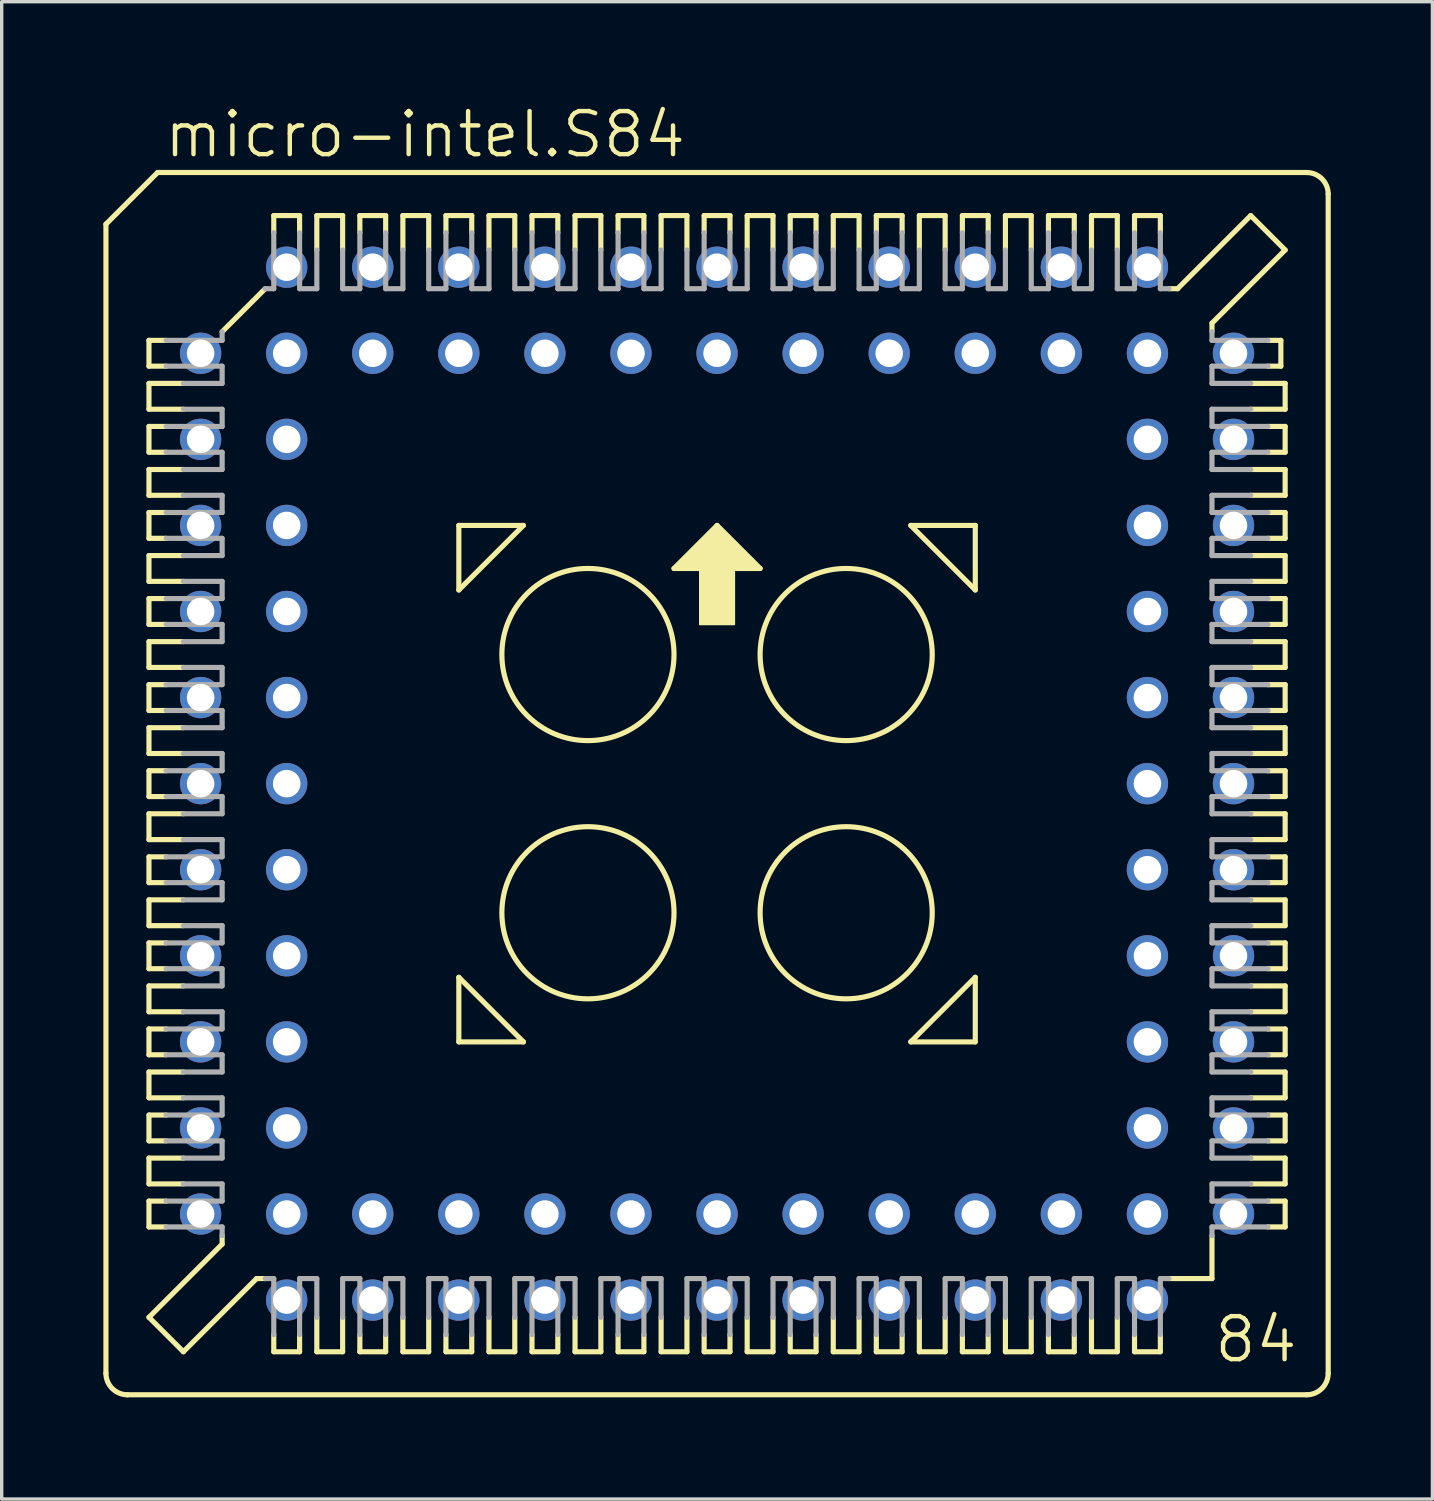
<source format=kicad_pcb>
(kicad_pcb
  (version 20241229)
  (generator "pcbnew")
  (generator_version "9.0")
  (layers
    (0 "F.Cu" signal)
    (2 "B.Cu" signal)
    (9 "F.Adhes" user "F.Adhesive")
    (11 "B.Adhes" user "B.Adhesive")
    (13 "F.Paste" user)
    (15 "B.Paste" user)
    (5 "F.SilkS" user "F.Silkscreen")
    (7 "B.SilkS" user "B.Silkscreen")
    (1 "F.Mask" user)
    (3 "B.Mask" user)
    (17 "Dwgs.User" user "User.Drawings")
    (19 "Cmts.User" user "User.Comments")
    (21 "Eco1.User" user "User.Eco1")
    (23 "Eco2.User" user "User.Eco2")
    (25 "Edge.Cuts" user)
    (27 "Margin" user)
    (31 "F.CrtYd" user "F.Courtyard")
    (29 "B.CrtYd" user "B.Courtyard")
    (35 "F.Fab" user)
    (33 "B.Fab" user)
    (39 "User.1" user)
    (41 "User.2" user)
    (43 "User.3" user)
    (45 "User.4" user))
  (footprint "micro-intel.S84"
    (layer "F.Cu")
    (at 18.11 20.075)
    (property "Reference" "micro-intel.S84" (at -16.383 -18.415 0) (layer "F.SilkS") (effects (font (size 1.27 1.27) (thickness 0.13)) (justify left bottom)))
    (attr through_hole)
    (fp_line (start -18.034 -16.51) (end -18.034 17.399) (stroke (width 0.152) (type default)) (layer "F.SilkS"))
    (fp_line (start -16.764 -13.081) (end -16.764 -12.319) (stroke (width 0.152) (type default)) (layer "F.SilkS"))
    (fp_line (start -16.764 -12.319) (end -16.256 -12.319) (stroke (width 0.152) (type default)) (layer "F.SilkS"))
    (fp_line (start -16.764 -11.811) (end -16.764 -11.049) (stroke (width 0.152) (type default)) (layer "F.SilkS"))
    (fp_line (start -16.764 -11.049) (end -15.748 -11.049) (stroke (width 0.152) (type default)) (layer "F.SilkS"))
    (fp_line (start -16.764 -10.541) (end -16.764 -9.779) (stroke (width 0.152) (type default)) (layer "F.SilkS"))
    (fp_line (start -16.764 -9.779) (end -16.256 -9.779) (stroke (width 0.152) (type default)) (layer "F.SilkS"))
    (fp_line (start -16.764 -9.271) (end -16.764 -8.509) (stroke (width 0.152) (type default)) (layer "F.SilkS"))
    (fp_line (start -16.764 -8.509) (end -15.748 -8.509) (stroke (width 0.152) (type default)) (layer "F.SilkS"))
    (fp_line (start -16.764 -8.001) (end -16.256 -8.001) (stroke (width 0.152) (type default)) (layer "F.SilkS"))
    (fp_line (start -16.764 -7.239) (end -16.764 -8.001) (stroke (width 0.152) (type default)) (layer "F.SilkS"))
    (fp_line (start -16.764 -6.731) (end -16.764 -5.969) (stroke (width 0.152) (type default)) (layer "F.SilkS"))
    (fp_line (start -16.764 -5.969) (end -15.748 -5.969) (stroke (width 0.152) (type default)) (layer "F.SilkS"))
    (fp_line (start -16.764 -5.461) (end -16.764 -4.699) (stroke (width 0.152) (type default)) (layer "F.SilkS"))
    (fp_line (start -16.764 -4.699) (end -16.256 -4.699) (stroke (width 0.152) (type default)) (layer "F.SilkS"))
    (fp_line (start -16.764 -4.191) (end -16.764 -3.429) (stroke (width 0.152) (type default)) (layer "F.SilkS"))
    (fp_line (start -16.764 -3.429) (end -15.748 -3.429) (stroke (width 0.152) (type default)) (layer "F.SilkS"))
    (fp_line (start -16.764 -2.921) (end -16.764 -2.159) (stroke (width 0.152) (type default)) (layer "F.SilkS"))
    (fp_line (start -16.764 -2.159) (end -16.256 -2.159) (stroke (width 0.152) (type default)) (layer "F.SilkS"))
    (fp_line (start -16.764 -1.651) (end -15.748 -1.651) (stroke (width 0.152) (type default)) (layer "F.SilkS"))
    (fp_line (start -16.764 -0.889) (end -16.764 -1.651) (stroke (width 0.152) (type default)) (layer "F.SilkS"))
    (fp_line (start -16.764 -0.381) (end -16.256 -0.381) (stroke (width 0.152) (type default)) (layer "F.SilkS"))
    (fp_line (start -16.764 0.381) (end -16.764 -0.381) (stroke (width 0.152) (type default)) (layer "F.SilkS"))
    (fp_line (start -16.764 0.889) (end -15.748 0.889) (stroke (width 0.152) (type default)) (layer "F.SilkS"))
    (fp_line (start -16.764 1.651) (end -16.764 0.889) (stroke (width 0.152) (type default)) (layer "F.SilkS"))
    (fp_line (start -16.764 2.159) (end -16.256 2.159) (stroke (width 0.152) (type default)) (layer "F.SilkS"))
    (fp_line (start -16.764 2.921) (end -16.764 2.159) (stroke (width 0.152) (type default)) (layer "F.SilkS"))
    (fp_line (start -16.764 3.429) (end -15.748 3.429) (stroke (width 0.152) (type default)) (layer "F.SilkS"))
    (fp_line (start -16.764 4.191) (end -16.764 3.429) (stroke (width 0.152) (type default)) (layer "F.SilkS"))
    (fp_line (start -16.764 4.699) (end -16.256 4.699) (stroke (width 0.152) (type default)) (layer "F.SilkS"))
    (fp_line (start -16.764 5.461) (end -16.764 4.699) (stroke (width 0.152) (type default)) (layer "F.SilkS"))
    (fp_line (start -16.764 5.969) (end -16.764 6.731) (stroke (width 0.152) (type default)) (layer "F.SilkS"))
    (fp_line (start -16.764 6.731) (end -15.748 6.731) (stroke (width 0.152) (type default)) (layer "F.SilkS"))
    (fp_line (start -16.764 7.239) (end -16.764 8.001) (stroke (width 0.152) (type default)) (layer "F.SilkS"))
    (fp_line (start -16.764 8.001) (end -16.256 8.001) (stroke (width 0.152) (type default)) (layer "F.SilkS"))
    (fp_line (start -16.764 8.509) (end -16.764 9.271) (stroke (width 0.152) (type default)) (layer "F.SilkS"))
    (fp_line (start -16.764 9.271) (end -15.748 9.271) (stroke (width 0.152) (type default)) (layer "F.SilkS"))
    (fp_line (start -16.764 9.779) (end -16.764 10.541) (stroke (width 0.152) (type default)) (layer "F.SilkS"))
    (fp_line (start -16.764 10.541) (end -16.256 10.541) (stroke (width 0.152) (type default)) (layer "F.SilkS"))
    (fp_line (start -16.764 11.049) (end -15.748 11.049) (stroke (width 0.152) (type default)) (layer "F.SilkS"))
    (fp_line (start -16.764 11.811) (end -16.764 11.049) (stroke (width 0.152) (type default)) (layer "F.SilkS"))
    (fp_line (start -16.764 12.319) (end -16.256 12.319) (stroke (width 0.152) (type default)) (layer "F.SilkS"))
    (fp_line (start -16.764 13.081) (end -16.764 12.319) (stroke (width 0.152) (type default)) (layer "F.SilkS"))
    (fp_line (start -16.764 15.748) (end -14.605 13.589) (stroke (width 0.152) (type default)) (layer "F.SilkS"))
    (fp_line (start -16.51 -18.034) (end -18.034 -16.51) (stroke (width 0.152) (type default)) (layer "F.SilkS"))
    (fp_line (start -16.256 -13.081) (end -16.764 -13.081) (stroke (width 0.152) (type default)) (layer "F.SilkS"))
    (fp_line (start -16.256 -10.541) (end -16.764 -10.541) (stroke (width 0.152) (type default)) (layer "F.SilkS"))
    (fp_line (start -16.256 -7.239) (end -16.764 -7.239) (stroke (width 0.152) (type default)) (layer "F.SilkS"))
    (fp_line (start -16.256 -5.461) (end -16.764 -5.461) (stroke (width 0.152) (type default)) (layer "F.SilkS"))
    (fp_line (start -16.256 -2.921) (end -16.764 -2.921) (stroke (width 0.152) (type default)) (layer "F.SilkS"))
    (fp_line (start -16.256 0.381) (end -16.764 0.381) (stroke (width 0.152) (type default)) (layer "F.SilkS"))
    (fp_line (start -16.256 2.921) (end -16.764 2.921) (stroke (width 0.152) (type default)) (layer "F.SilkS"))
    (fp_line (start -16.256 5.461) (end -16.764 5.461) (stroke (width 0.152) (type default)) (layer "F.SilkS"))
    (fp_line (start -16.256 7.239) (end -16.764 7.239) (stroke (width 0.152) (type default)) (layer "F.SilkS"))
    (fp_line (start -16.256 9.779) (end -16.764 9.779) (stroke (width 0.152) (type default)) (layer "F.SilkS"))
    (fp_line (start -16.256 13.081) (end -16.764 13.081) (stroke (width 0.152) (type default)) (layer "F.SilkS"))
    (fp_line (start -15.748 -11.811) (end -16.764 -11.811) (stroke (width 0.152) (type default)) (layer "F.SilkS"))
    (fp_line (start -15.748 -9.271) (end -16.764 -9.271) (stroke (width 0.152) (type default)) (layer "F.SilkS"))
    (fp_line (start -15.748 -6.731) (end -16.764 -6.731) (stroke (width 0.152) (type default)) (layer "F.SilkS"))
    (fp_line (start -15.748 -4.191) (end -16.764 -4.191) (stroke (width 0.152) (type default)) (layer "F.SilkS"))
    (fp_line (start -15.748 -0.889) (end -16.764 -0.889) (stroke (width 0.152) (type default)) (layer "F.SilkS"))
    (fp_line (start -15.748 1.651) (end -16.764 1.651) (stroke (width 0.152) (type default)) (layer "F.SilkS"))
    (fp_line (start -15.748 4.191) (end -16.764 4.191) (stroke (width 0.152) (type default)) (layer "F.SilkS"))
    (fp_line (start -15.748 5.969) (end -16.764 5.969) (stroke (width 0.152) (type default)) (layer "F.SilkS"))
    (fp_line (start -15.748 8.509) (end -16.764 8.509) (stroke (width 0.152) (type default)) (layer "F.SilkS"))
    (fp_line (start -15.748 11.811) (end -16.764 11.811) (stroke (width 0.152) (type default)) (layer "F.SilkS"))
    (fp_line (start -15.748 16.764) (end -16.764 15.748) (stroke (width 0.152) (type default)) (layer "F.SilkS"))
    (fp_line (start -15.748 16.764) (end -13.589 14.605) (stroke (width 0.152) (type default)) (layer "F.SilkS"))
    (fp_line (start -14.605 -13.335) (end -13.335 -14.605) (stroke (width 0.152) (type default)) (layer "F.SilkS"))
    (fp_line (start -14.605 13.589) (end -14.605 13.335) (stroke (width 0.152) (type default)) (layer "F.SilkS"))
    (fp_line (start -13.589 14.605) (end -13.335 14.605) (stroke (width 0.152) (type default)) (layer "F.SilkS"))
    (fp_line (start -13.081 -16.764) (end -13.081 -16.256) (stroke (width 0.152) (type default)) (layer "F.SilkS"))
    (fp_line (start -13.081 16.256) (end -13.081 16.764) (stroke (width 0.152) (type default)) (layer "F.SilkS"))
    (fp_line (start -13.081 16.764) (end -12.319 16.764) (stroke (width 0.152) (type default)) (layer "F.SilkS"))
    (fp_line (start -12.319 -16.764) (end -13.081 -16.764) (stroke (width 0.152) (type default)) (layer "F.SilkS"))
    (fp_line (start -12.319 -16.256) (end -12.319 -16.764) (stroke (width 0.152) (type default)) (layer "F.SilkS"))
    (fp_line (start -12.319 16.764) (end -12.319 16.256) (stroke (width 0.152) (type default)) (layer "F.SilkS"))
    (fp_line (start -11.811 -16.764) (end -11.049 -16.764) (stroke (width 0.152) (type default)) (layer "F.SilkS"))
    (fp_line (start -11.811 -15.748) (end -11.811 -16.764) (stroke (width 0.152) (type default)) (layer "F.SilkS"))
    (fp_line (start -11.811 15.748) (end -11.811 16.764) (stroke (width 0.152) (type default)) (layer "F.SilkS"))
    (fp_line (start -11.811 16.764) (end -11.049 16.764) (stroke (width 0.152) (type default)) (layer "F.SilkS"))
    (fp_line (start -11.049 -16.764) (end -11.049 -15.748) (stroke (width 0.152) (type default)) (layer "F.SilkS"))
    (fp_line (start -11.049 16.764) (end -11.049 15.748) (stroke (width 0.152) (type default)) (layer "F.SilkS"))
    (fp_line (start -10.541 -16.764) (end -10.541 -16.256) (stroke (width 0.152) (type default)) (layer "F.SilkS"))
    (fp_line (start -10.541 16.256) (end -10.541 16.764) (stroke (width 0.152) (type default)) (layer "F.SilkS"))
    (fp_line (start -10.541 16.764) (end -9.779 16.764) (stroke (width 0.152) (type default)) (layer "F.SilkS"))
    (fp_line (start -9.779 -16.764) (end -10.541 -16.764) (stroke (width 0.152) (type default)) (layer "F.SilkS"))
    (fp_line (start -9.779 -16.256) (end -9.779 -16.764) (stroke (width 0.152) (type default)) (layer "F.SilkS"))
    (fp_line (start -9.779 16.764) (end -9.779 16.256) (stroke (width 0.152) (type default)) (layer "F.SilkS"))
    (fp_line (start -9.271 -16.764) (end -9.271 -15.748) (stroke (width 0.152) (type default)) (layer "F.SilkS"))
    (fp_line (start -9.271 15.748) (end -9.271 16.764) (stroke (width 0.152) (type default)) (layer "F.SilkS"))
    (fp_line (start -9.271 16.764) (end -8.509 16.764) (stroke (width 0.152) (type default)) (layer "F.SilkS"))
    (fp_line (start -8.509 -16.764) (end -9.271 -16.764) (stroke (width 0.152) (type default)) (layer "F.SilkS"))
    (fp_line (start -8.509 -15.748) (end -8.509 -16.764) (stroke (width 0.152) (type default)) (layer "F.SilkS"))
    (fp_line (start -8.509 16.764) (end -8.509 15.748) (stroke (width 0.152) (type default)) (layer "F.SilkS"))
    (fp_line (start -8.001 -16.764) (end -8.001 -16.256) (stroke (width 0.152) (type default)) (layer "F.SilkS"))
    (fp_line (start -8.001 16.764) (end -8.001 16.256) (stroke (width 0.152) (type default)) (layer "F.SilkS"))
    (fp_line (start -7.62 -7.62) (end -5.715 -7.62) (stroke (width 0.152) (type default)) (layer "F.SilkS"))
    (fp_line (start -7.62 -5.715) (end -7.62 -7.62) (stroke (width 0.152) (type default)) (layer "F.SilkS"))
    (fp_line (start -7.62 5.715) (end -5.715 7.62) (stroke (width 0.152) (type default)) (layer "F.SilkS"))
    (fp_line (start -7.62 7.62) (end -7.62 5.715) (stroke (width 0.152) (type default)) (layer "F.SilkS"))
    (fp_line (start -7.239 -16.764) (end -8.001 -16.764) (stroke (width 0.152) (type default)) (layer "F.SilkS"))
    (fp_line (start -7.239 -16.256) (end -7.239 -16.764) (stroke (width 0.152) (type default)) (layer "F.SilkS"))
    (fp_line (start -7.239 16.256) (end -7.239 16.764) (stroke (width 0.152) (type default)) (layer "F.SilkS"))
    (fp_line (start -7.239 16.764) (end -8.001 16.764) (stroke (width 0.152) (type default)) (layer "F.SilkS"))
    (fp_line (start -6.731 -16.764) (end -6.731 -15.748) (stroke (width 0.152) (type default)) (layer "F.SilkS"))
    (fp_line (start -6.731 15.748) (end -6.731 16.764) (stroke (width 0.152) (type default)) (layer "F.SilkS"))
    (fp_line (start -6.731 16.764) (end -5.969 16.764) (stroke (width 0.152) (type default)) (layer "F.SilkS"))
    (fp_line (start -5.969 -16.764) (end -6.731 -16.764) (stroke (width 0.152) (type default)) (layer "F.SilkS"))
    (fp_line (start -5.969 -15.748) (end -5.969 -16.764) (stroke (width 0.152) (type default)) (layer "F.SilkS"))
    (fp_line (start -5.969 16.764) (end -5.969 15.748) (stroke (width 0.152) (type default)) (layer "F.SilkS"))
    (fp_line (start -5.715 -7.62) (end -7.62 -5.715) (stroke (width 0.152) (type default)) (layer "F.SilkS"))
    (fp_line (start -5.715 7.62) (end -7.62 7.62) (stroke (width 0.152) (type default)) (layer "F.SilkS"))
    (fp_line (start -5.461 -16.764) (end -5.461 -16.256) (stroke (width 0.152) (type default)) (layer "F.SilkS"))
    (fp_line (start -5.461 16.256) (end -5.461 16.764) (stroke (width 0.152) (type default)) (layer "F.SilkS"))
    (fp_line (start -5.461 16.764) (end -4.699 16.764) (stroke (width 0.152) (type default)) (layer "F.SilkS"))
    (fp_line (start -4.699 -16.764) (end -5.461 -16.764) (stroke (width 0.152) (type default)) (layer "F.SilkS"))
    (fp_line (start -4.699 -16.256) (end -4.699 -16.764) (stroke (width 0.152) (type default)) (layer "F.SilkS"))
    (fp_line (start -4.699 16.764) (end -4.699 16.256) (stroke (width 0.152) (type default)) (layer "F.SilkS"))
    (fp_line (start -4.191 -16.764) (end -4.191 -15.748) (stroke (width 0.152) (type default)) (layer "F.SilkS"))
    (fp_line (start -4.191 15.748) (end -4.191 16.764) (stroke (width 0.152) (type default)) (layer "F.SilkS"))
    (fp_line (start -4.191 16.764) (end -3.429 16.764) (stroke (width 0.152) (type default)) (layer "F.SilkS"))
    (fp_line (start -3.429 -16.764) (end -4.191 -16.764) (stroke (width 0.152) (type default)) (layer "F.SilkS"))
    (fp_line (start -3.429 -15.748) (end -3.429 -16.764) (stroke (width 0.152) (type default)) (layer "F.SilkS"))
    (fp_line (start -3.429 16.764) (end -3.429 15.748) (stroke (width 0.152) (type default)) (layer "F.SilkS"))
    (fp_line (start -2.921 -16.764) (end -2.921 -16.256) (stroke (width 0.152) (type default)) (layer "F.SilkS"))
    (fp_line (start -2.921 16.256) (end -2.921 16.764) (stroke (width 0.152) (type default)) (layer "F.SilkS"))
    (fp_line (start -2.921 16.764) (end -2.159 16.764) (stroke (width 0.152) (type default)) (layer "F.SilkS"))
    (fp_line (start -2.159 -16.764) (end -2.921 -16.764) (stroke (width 0.152) (type default)) (layer "F.SilkS"))
    (fp_line (start -2.159 -16.256) (end -2.159 -16.764) (stroke (width 0.152) (type default)) (layer "F.SilkS"))
    (fp_line (start -2.159 16.764) (end -2.159 16.256) (stroke (width 0.152) (type default)) (layer "F.SilkS"))
    (fp_line (start -1.651 -16.764) (end -1.651 -15.748) (stroke (width 0.152) (type default)) (layer "F.SilkS"))
    (fp_line (start -1.651 15.748) (end -1.651 16.764) (stroke (width 0.152) (type default)) (layer "F.SilkS"))
    (fp_line (start -1.651 16.764) (end -0.889 16.764) (stroke (width 0.152) (type default)) (layer "F.SilkS"))
    (fp_line (start -1.27 -6.35) (end 1.27 -6.35) (stroke (width 0.152) (type default)) (layer "F.SilkS"))
    (fp_line (start -0.889 -16.764) (end -1.651 -16.764) (stroke (width 0.152) (type default)) (layer "F.SilkS"))
    (fp_line (start -0.889 -15.748) (end -0.889 -16.764) (stroke (width 0.152) (type default)) (layer "F.SilkS"))
    (fp_line (start -0.889 16.764) (end -0.889 15.748) (stroke (width 0.152) (type default)) (layer "F.SilkS"))
    (fp_line (start -0.381 -16.764) (end -0.381 -16.256) (stroke (width 0.152) (type default)) (layer "F.SilkS"))
    (fp_line (start -0.381 16.256) (end -0.381 16.764) (stroke (width 0.152) (type default)) (layer "F.SilkS"))
    (fp_line (start -0.381 16.764) (end 0.381 16.764) (stroke (width 0.152) (type default)) (layer "F.SilkS"))
    (fp_line (start 0 -7.62) (end -1.27 -6.35) (stroke (width 0.152) (type default)) (layer "F.SilkS"))
    (fp_line (start 0.381 -16.764) (end -0.381 -16.764) (stroke (width 0.152) (type default)) (layer "F.SilkS"))
    (fp_line (start 0.381 -16.256) (end 0.381 -16.764) (stroke (width 0.152) (type default)) (layer "F.SilkS"))
    (fp_line (start 0.381 16.764) (end 0.381 16.256) (stroke (width 0.152) (type default)) (layer "F.SilkS"))
    (fp_line (start 0.889 -16.764) (end 0.889 -15.748) (stroke (width 0.152) (type default)) (layer "F.SilkS"))
    (fp_line (start 0.889 15.748) (end 0.889 16.764) (stroke (width 0.152) (type default)) (layer "F.SilkS"))
    (fp_line (start 0.889 16.764) (end 1.651 16.764) (stroke (width 0.152) (type default)) (layer "F.SilkS"))
    (fp_line (start 1.27 -6.35) (end 0 -7.62) (stroke (width 0.152) (type default)) (layer "F.SilkS"))
    (fp_line (start 1.651 -16.764) (end 0.889 -16.764) (stroke (width 0.152) (type default)) (layer "F.SilkS"))
    (fp_line (start 1.651 -15.748) (end 1.651 -16.764) (stroke (width 0.152) (type default)) (layer "F.SilkS"))
    (fp_line (start 1.651 16.764) (end 1.651 15.748) (stroke (width 0.152) (type default)) (layer "F.SilkS"))
    (fp_line (start 2.159 -16.764) (end 2.159 -16.256) (stroke (width 0.152) (type default)) (layer "F.SilkS"))
    (fp_line (start 2.159 16.256) (end 2.159 16.764) (stroke (width 0.152) (type default)) (layer "F.SilkS"))
    (fp_line (start 2.159 16.764) (end 2.921 16.764) (stroke (width 0.152) (type default)) (layer "F.SilkS"))
    (fp_line (start 2.921 -16.764) (end 2.159 -16.764) (stroke (width 0.152) (type default)) (layer "F.SilkS"))
    (fp_line (start 2.921 -16.256) (end 2.921 -16.764) (stroke (width 0.152) (type default)) (layer "F.SilkS"))
    (fp_line (start 2.921 16.764) (end 2.921 16.256) (stroke (width 0.152) (type default)) (layer "F.SilkS"))
    (fp_line (start 3.429 -16.764) (end 3.429 -15.748) (stroke (width 0.152) (type default)) (layer "F.SilkS"))
    (fp_line (start 3.429 15.748) (end 3.429 16.764) (stroke (width 0.152) (type default)) (layer "F.SilkS"))
    (fp_line (start 3.429 16.764) (end 4.191 16.764) (stroke (width 0.152) (type default)) (layer "F.SilkS"))
    (fp_line (start 4.191 -16.764) (end 3.429 -16.764) (stroke (width 0.152) (type default)) (layer "F.SilkS"))
    (fp_line (start 4.191 -15.748) (end 4.191 -16.764) (stroke (width 0.152) (type default)) (layer "F.SilkS"))
    (fp_line (start 4.191 16.764) (end 4.191 15.748) (stroke (width 0.152) (type default)) (layer "F.SilkS"))
    (fp_line (start 4.699 -16.764) (end 4.699 -16.256) (stroke (width 0.152) (type default)) (layer "F.SilkS"))
    (fp_line (start 4.699 16.256) (end 4.699 16.764) (stroke (width 0.152) (type default)) (layer "F.SilkS"))
    (fp_line (start 4.699 16.764) (end 5.461 16.764) (stroke (width 0.152) (type default)) (layer "F.SilkS"))
    (fp_line (start 5.461 -16.764) (end 4.699 -16.764) (stroke (width 0.152) (type default)) (layer "F.SilkS"))
    (fp_line (start 5.461 -16.256) (end 5.461 -16.764) (stroke (width 0.152) (type default)) (layer "F.SilkS"))
    (fp_line (start 5.461 16.764) (end 5.461 16.256) (stroke (width 0.152) (type default)) (layer "F.SilkS"))
    (fp_line (start 5.715 -7.62) (end 7.62 -5.715) (stroke (width 0.152) (type default)) (layer "F.SilkS"))
    (fp_line (start 5.715 7.62) (end 7.62 7.62) (stroke (width 0.152) (type default)) (layer "F.SilkS"))
    (fp_line (start 5.969 -16.764) (end 5.969 -15.748) (stroke (width 0.152) (type default)) (layer "F.SilkS"))
    (fp_line (start 5.969 15.748) (end 5.969 16.764) (stroke (width 0.152) (type default)) (layer "F.SilkS"))
    (fp_line (start 5.969 16.764) (end 6.731 16.764) (stroke (width 0.152) (type default)) (layer "F.SilkS"))
    (fp_line (start 6.731 -16.764) (end 5.969 -16.764) (stroke (width 0.152) (type default)) (layer "F.SilkS"))
    (fp_line (start 6.731 -15.748) (end 6.731 -16.764) (stroke (width 0.152) (type default)) (layer "F.SilkS"))
    (fp_line (start 6.731 16.764) (end 6.731 15.748) (stroke (width 0.152) (type default)) (layer "F.SilkS"))
    (fp_line (start 7.239 -16.764) (end 8.001 -16.764) (stroke (width 0.152) (type default)) (layer "F.SilkS"))
    (fp_line (start 7.239 -16.256) (end 7.239 -16.764) (stroke (width 0.152) (type default)) (layer "F.SilkS"))
    (fp_line (start 7.239 16.256) (end 7.239 16.764) (stroke (width 0.152) (type default)) (layer "F.SilkS"))
    (fp_line (start 7.239 16.764) (end 8.001 16.764) (stroke (width 0.152) (type default)) (layer "F.SilkS"))
    (fp_line (start 7.62 -7.62) (end 5.715 -7.62) (stroke (width 0.152) (type default)) (layer "F.SilkS"))
    (fp_line (start 7.62 -5.715) (end 7.62 -7.62) (stroke (width 0.152) (type default)) (layer "F.SilkS"))
    (fp_line (start 7.62 5.715) (end 5.715 7.62) (stroke (width 0.152) (type default)) (layer "F.SilkS"))
    (fp_line (start 7.62 7.62) (end 7.62 5.715) (stroke (width 0.152) (type default)) (layer "F.SilkS"))
    (fp_line (start 8.001 -16.764) (end 8.001 -16.256) (stroke (width 0.152) (type default)) (layer "F.SilkS"))
    (fp_line (start 8.001 16.764) (end 8.001 16.256) (stroke (width 0.152) (type default)) (layer "F.SilkS"))
    (fp_line (start 8.509 -16.764) (end 8.509 -15.748) (stroke (width 0.152) (type default)) (layer "F.SilkS"))
    (fp_line (start 8.509 15.748) (end 8.509 16.764) (stroke (width 0.152) (type default)) (layer "F.SilkS"))
    (fp_line (start 8.509 16.764) (end 9.271 16.764) (stroke (width 0.152) (type default)) (layer "F.SilkS"))
    (fp_line (start 9.271 -16.764) (end 8.509 -16.764) (stroke (width 0.152) (type default)) (layer "F.SilkS"))
    (fp_line (start 9.271 -15.748) (end 9.271 -16.764) (stroke (width 0.152) (type default)) (layer "F.SilkS"))
    (fp_line (start 9.271 16.764) (end 9.271 15.748) (stroke (width 0.152) (type default)) (layer "F.SilkS"))
    (fp_line (start 9.779 -16.764) (end 9.779 -16.256) (stroke (width 0.152) (type default)) (layer "F.SilkS"))
    (fp_line (start 9.779 16.256) (end 9.779 16.764) (stroke (width 0.152) (type default)) (layer "F.SilkS"))
    (fp_line (start 9.779 16.764) (end 10.541 16.764) (stroke (width 0.152) (type default)) (layer "F.SilkS"))
    (fp_line (start 10.541 -16.764) (end 9.779 -16.764) (stroke (width 0.152) (type default)) (layer "F.SilkS"))
    (fp_line (start 10.541 -16.256) (end 10.541 -16.764) (stroke (width 0.152) (type default)) (layer "F.SilkS"))
    (fp_line (start 10.541 16.764) (end 10.541 16.256) (stroke (width 0.152) (type default)) (layer "F.SilkS"))
    (fp_line (start 11.049 -16.764) (end 11.049 -15.748) (stroke (width 0.152) (type default)) (layer "F.SilkS"))
    (fp_line (start 11.049 16.764) (end 11.049 15.748) (stroke (width 0.152) (type default)) (layer "F.SilkS"))
    (fp_line (start 11.811 -16.764) (end 11.049 -16.764) (stroke (width 0.152) (type default)) (layer "F.SilkS"))
    (fp_line (start 11.811 -15.748) (end 11.811 -16.764) (stroke (width 0.152) (type default)) (layer "F.SilkS"))
    (fp_line (start 11.811 15.748) (end 11.811 16.764) (stroke (width 0.152) (type default)) (layer "F.SilkS"))
    (fp_line (start 11.811 16.764) (end 11.049 16.764) (stroke (width 0.152) (type default)) (layer "F.SilkS"))
    (fp_line (start 12.319 -16.764) (end 12.319 -16.256) (stroke (width 0.152) (type default)) (layer "F.SilkS"))
    (fp_line (start 12.319 16.256) (end 12.319 16.764) (stroke (width 0.152) (type default)) (layer "F.SilkS"))
    (fp_line (start 12.319 16.764) (end 13.081 16.764) (stroke (width 0.152) (type default)) (layer "F.SilkS"))
    (fp_line (start 13.081 -16.764) (end 12.319 -16.764) (stroke (width 0.152) (type default)) (layer "F.SilkS"))
    (fp_line (start 13.081 -16.256) (end 13.081 -16.764) (stroke (width 0.152) (type default)) (layer "F.SilkS"))
    (fp_line (start 13.081 16.764) (end 13.081 16.256) (stroke (width 0.152) (type default)) (layer "F.SilkS"))
    (fp_line (start 13.335 14.605) (end 14.605 14.605) (stroke (width 0.152) (type default)) (layer "F.SilkS"))
    (fp_line (start 13.589 -14.605) (end 13.335 -14.605) (stroke (width 0.152) (type default)) (layer "F.SilkS"))
    (fp_line (start 14.605 -13.589) (end 14.605 -13.335) (stroke (width 0.152) (type default)) (layer "F.SilkS"))
    (fp_line (start 14.605 14.605) (end 14.605 13.335) (stroke (width 0.152) (type default)) (layer "F.SilkS"))
    (fp_line (start 15.748 -16.764) (end 13.589 -14.605) (stroke (width 0.152) (type default)) (layer "F.SilkS"))
    (fp_line (start 15.748 -11.811) (end 16.764 -11.811) (stroke (width 0.152) (type default)) (layer "F.SilkS"))
    (fp_line (start 15.748 -8.509) (end 16.764 -8.509) (stroke (width 0.152) (type default)) (layer "F.SilkS"))
    (fp_line (start 15.748 -5.969) (end 16.764 -5.969) (stroke (width 0.152) (type default)) (layer "F.SilkS"))
    (fp_line (start 15.748 -4.191) (end 16.764 -4.191) (stroke (width 0.152) (type default)) (layer "F.SilkS"))
    (fp_line (start 15.748 -1.651) (end 16.764 -1.651) (stroke (width 0.152) (type default)) (layer "F.SilkS"))
    (fp_line (start 15.748 0.889) (end 16.764 0.889) (stroke (width 0.152) (type default)) (layer "F.SilkS"))
    (fp_line (start 15.748 4.191) (end 16.764 4.191) (stroke (width 0.152) (type default)) (layer "F.SilkS"))
    (fp_line (start 15.748 6.731) (end 16.764 6.731) (stroke (width 0.152) (type default)) (layer "F.SilkS"))
    (fp_line (start 15.748 9.271) (end 16.764 9.271) (stroke (width 0.152) (type default)) (layer "F.SilkS"))
    (fp_line (start 15.748 11.811) (end 16.764 11.811) (stroke (width 0.152) (type default)) (layer "F.SilkS"))
    (fp_line (start 16.256 -13.081) (end 16.637 -13.081) (stroke (width 0.152) (type default)) (layer "F.SilkS"))
    (fp_line (start 16.256 -9.779) (end 16.764 -9.779) (stroke (width 0.152) (type default)) (layer "F.SilkS"))
    (fp_line (start 16.256 -7.239) (end 16.764 -7.239) (stroke (width 0.152) (type default)) (layer "F.SilkS"))
    (fp_line (start 16.256 -5.461) (end 16.764 -5.461) (stroke (width 0.152) (type default)) (layer "F.SilkS"))
    (fp_line (start 16.256 -2.921) (end 16.764 -2.921) (stroke (width 0.152) (type default)) (layer "F.SilkS"))
    (fp_line (start 16.256 -0.381) (end 16.764 -0.381) (stroke (width 0.152) (type default)) (layer "F.SilkS"))
    (fp_line (start 16.256 2.921) (end 16.764 2.921) (stroke (width 0.152) (type default)) (layer "F.SilkS"))
    (fp_line (start 16.256 5.461) (end 16.764 5.461) (stroke (width 0.152) (type default)) (layer "F.SilkS"))
    (fp_line (start 16.256 7.239) (end 16.764 7.239) (stroke (width 0.152) (type default)) (layer "F.SilkS"))
    (fp_line (start 16.256 10.541) (end 16.764 10.541) (stroke (width 0.152) (type default)) (layer "F.SilkS"))
    (fp_line (start 16.256 13.081) (end 16.764 13.081) (stroke (width 0.152) (type default)) (layer "F.SilkS"))
    (fp_line (start 16.637 -13.081) (end 16.637 -12.319) (stroke (width 0.152) (type default)) (layer "F.SilkS"))
    (fp_line (start 16.637 -12.319) (end 16.256 -12.319) (stroke (width 0.152) (type default)) (layer "F.SilkS"))
    (fp_line (start 16.764 -15.748) (end 14.605 -13.589) (stroke (width 0.152) (type default)) (layer "F.SilkS"))
    (fp_line (start 16.764 -15.748) (end 15.748 -16.764) (stroke (width 0.152) (type default)) (layer "F.SilkS"))
    (fp_line (start 16.764 -11.811) (end 16.764 -11.049) (stroke (width 0.152) (type default)) (layer "F.SilkS"))
    (fp_line (start 16.764 -11.049) (end 15.748 -11.049) (stroke (width 0.152) (type default)) (layer "F.SilkS"))
    (fp_line (start 16.764 -10.541) (end 16.256 -10.541) (stroke (width 0.152) (type default)) (layer "F.SilkS"))
    (fp_line (start 16.764 -9.779) (end 16.764 -10.541) (stroke (width 0.152) (type default)) (layer "F.SilkS"))
    (fp_line (start 16.764 -9.271) (end 15.748 -9.271) (stroke (width 0.152) (type default)) (layer "F.SilkS"))
    (fp_line (start 16.764 -8.509) (end 16.764 -9.271) (stroke (width 0.152) (type default)) (layer "F.SilkS"))
    (fp_line (start 16.764 -8.001) (end 16.256 -8.001) (stroke (width 0.152) (type default)) (layer "F.SilkS"))
    (fp_line (start 16.764 -7.239) (end 16.764 -8.001) (stroke (width 0.152) (type default)) (layer "F.SilkS"))
    (fp_line (start 16.764 -6.731) (end 15.748 -6.731) (stroke (width 0.152) (type default)) (layer "F.SilkS"))
    (fp_line (start 16.764 -5.969) (end 16.764 -6.731) (stroke (width 0.152) (type default)) (layer "F.SilkS"))
    (fp_line (start 16.764 -5.461) (end 16.764 -4.699) (stroke (width 0.152) (type default)) (layer "F.SilkS"))
    (fp_line (start 16.764 -4.699) (end 16.256 -4.699) (stroke (width 0.152) (type default)) (layer "F.SilkS"))
    (fp_line (start 16.764 -4.191) (end 16.764 -3.429) (stroke (width 0.152) (type default)) (layer "F.SilkS"))
    (fp_line (start 16.764 -3.429) (end 15.748 -3.429) (stroke (width 0.152) (type default)) (layer "F.SilkS"))
    (fp_line (start 16.764 -2.921) (end 16.764 -2.159) (stroke (width 0.152) (type default)) (layer "F.SilkS"))
    (fp_line (start 16.764 -2.159) (end 16.256 -2.159) (stroke (width 0.152) (type default)) (layer "F.SilkS"))
    (fp_line (start 16.764 -1.651) (end 16.764 -0.889) (stroke (width 0.152) (type default)) (layer "F.SilkS"))
    (fp_line (start 16.764 -0.889) (end 15.748 -0.889) (stroke (width 0.152) (type default)) (layer "F.SilkS"))
    (fp_line (start 16.764 -0.381) (end 16.764 0.381) (stroke (width 0.152) (type default)) (layer "F.SilkS"))
    (fp_line (start 16.764 0.381) (end 16.256 0.381) (stroke (width 0.152) (type default)) (layer "F.SilkS"))
    (fp_line (start 16.764 0.889) (end 16.764 1.651) (stroke (width 0.152) (type default)) (layer "F.SilkS"))
    (fp_line (start 16.764 1.651) (end 15.748 1.651) (stroke (width 0.152) (type default)) (layer "F.SilkS"))
    (fp_line (start 16.764 2.159) (end 16.256 2.159) (stroke (width 0.152) (type default)) (layer "F.SilkS"))
    (fp_line (start 16.764 2.921) (end 16.764 2.159) (stroke (width 0.152) (type default)) (layer "F.SilkS"))
    (fp_line (start 16.764 3.429) (end 15.748 3.429) (stroke (width 0.152) (type default)) (layer "F.SilkS"))
    (fp_line (start 16.764 4.191) (end 16.764 3.429) (stroke (width 0.152) (type default)) (layer "F.SilkS"))
    (fp_line (start 16.764 4.699) (end 16.256 4.699) (stroke (width 0.152) (type default)) (layer "F.SilkS"))
    (fp_line (start 16.764 5.461) (end 16.764 4.699) (stroke (width 0.152) (type default)) (layer "F.SilkS"))
    (fp_line (start 16.764 5.969) (end 15.748 5.969) (stroke (width 0.152) (type default)) (layer "F.SilkS"))
    (fp_line (start 16.764 6.731) (end 16.764 5.969) (stroke (width 0.152) (type default)) (layer "F.SilkS"))
    (fp_line (start 16.764 7.239) (end 16.764 8.001) (stroke (width 0.152) (type default)) (layer "F.SilkS"))
    (fp_line (start 16.764 8.001) (end 16.256 8.001) (stroke (width 0.152) (type default)) (layer "F.SilkS"))
    (fp_line (start 16.764 8.509) (end 15.748 8.509) (stroke (width 0.152) (type default)) (layer "F.SilkS"))
    (fp_line (start 16.764 9.271) (end 16.764 8.509) (stroke (width 0.152) (type default)) (layer "F.SilkS"))
    (fp_line (start 16.764 9.779) (end 16.256 9.779) (stroke (width 0.152) (type default)) (layer "F.SilkS"))
    (fp_line (start 16.764 10.541) (end 16.764 9.779) (stroke (width 0.152) (type default)) (layer "F.SilkS"))
    (fp_line (start 16.764 11.049) (end 15.748 11.049) (stroke (width 0.152) (type default)) (layer "F.SilkS"))
    (fp_line (start 16.764 11.811) (end 16.764 11.049) (stroke (width 0.152) (type default)) (layer "F.SilkS"))
    (fp_line (start 16.764 12.319) (end 16.256 12.319) (stroke (width 0.152) (type default)) (layer "F.SilkS"))
    (fp_line (start 16.764 13.081) (end 16.764 12.319) (stroke (width 0.152) (type default)) (layer "F.SilkS"))
    (fp_line (start 17.399 -18.034) (end -16.51 -18.034) (stroke (width 0.152) (type default)) (layer "F.SilkS"))
    (fp_line (start 17.399 18.034) (end -17.399 18.034) (stroke (width 0.152) (type default)) (layer "F.SilkS"))
    (fp_line (start 18.034 -17.399) (end 18.034 17.399) (stroke (width 0.152) (type default)) (layer "F.SilkS"))
    (fp_rect (start -1.143 -6.35) (end -0.889 -6.477) (stroke (width 0.05) (type default)) (fill yes) (layer "F.SilkS"))
    (fp_rect (start -1.016 -6.477) (end -0.889 -6.604) (stroke (width 0.05) (type default)) (fill yes) (layer "F.SilkS"))
    (fp_rect (start -0.889 -6.35) (end 0.889 -6.731) (stroke (width 0.05) (type default)) (fill yes) (layer "F.SilkS"))
    (fp_rect (start -0.762 -6.731) (end -0.635 -6.858) (stroke (width 0.05) (type default)) (fill yes) (layer "F.SilkS"))
    (fp_rect (start -0.635 -6.731) (end 0.635 -6.985) (stroke (width 0.05) (type default)) (fill yes) (layer "F.SilkS"))
    (fp_rect (start -0.508 -6.985) (end -0.381 -7.112) (stroke (width 0.05) (type default)) (fill yes) (layer "F.SilkS"))
    (fp_rect (start -0.508 -4.699) (end 0.508 -6.604) (stroke (width 0.05) (type default)) (fill yes) (layer "F.SilkS"))
    (fp_rect (start -0.381 -6.985) (end 0.381 -7.239) (stroke (width 0.05) (type default)) (fill yes) (layer "F.SilkS"))
    (fp_rect (start -0.254 -7.239) (end -0.127 -7.366) (stroke (width 0.05) (type default)) (fill yes) (layer "F.SilkS"))
    (fp_rect (start -0.127 -7.239) (end 0.127 -7.493) (stroke (width 0.05) (type default)) (fill yes) (layer "F.SilkS"))
    (fp_rect (start 0.127 -7.239) (end 0.254 -7.366) (stroke (width 0.05) (type default)) (fill yes) (layer "F.SilkS"))
    (fp_rect (start 0.381 -6.985) (end 0.508 -7.112) (stroke (width 0.05) (type default)) (fill yes) (layer "F.SilkS"))
    (fp_rect (start 0.635 -6.731) (end 0.762 -6.858) (stroke (width 0.05) (type default)) (fill yes) (layer "F.SilkS"))
    (fp_rect (start 0.889 -6.477) (end 1.016 -6.604) (stroke (width 0.05) (type default)) (fill yes) (layer "F.SilkS"))
    (fp_rect (start 0.889 -6.35) (end 1.143 -6.477) (stroke (width 0.05) (type default)) (fill yes) (layer "F.SilkS"))
    (fp_arc (start -17.399 18.034) (mid -17.848013 17.848013) (end -18.034 17.399) (stroke (width 0.1524) (type default)) (layer "F.SilkS"))
    (fp_arc (start 17.399 -18.034) (mid 17.848013 -17.848013) (end 18.034 -17.399) (stroke (width 0.1524) (type default)) (layer "F.SilkS"))
    (fp_arc (start 18.034 17.399) (mid 17.848013 17.848013) (end 17.399 18.034) (stroke (width 0.1524) (type default)) (layer "F.SilkS"))
    (fp_circle (center -3.81 -3.81) (end -1.27 -3.81) (stroke (width 0.152) (type default)) (fill no) (layer "F.SilkS"))
    (fp_circle (center -3.81 3.81) (end -1.27 3.81) (stroke (width 0.152) (type default)) (fill no) (layer "F.SilkS"))
    (fp_circle (center 3.81 -3.81) (end 6.35 -3.81) (stroke (width 0.152) (type default)) (fill no) (layer "F.SilkS"))
    (fp_circle (center 3.81 3.81) (end 6.35 3.81) (stroke (width 0.152) (type default)) (fill no) (layer "F.SilkS"))
    (fp_line (start -16.256 -13.081) (end -14.605 -13.081) (stroke (width 0.152) (type default)) (layer "F.Fab"))
    (fp_line (start -16.256 -10.541) (end -14.605 -10.541) (stroke (width 0.152) (type default)) (layer "F.Fab"))
    (fp_line (start -16.256 -7.239) (end -14.605 -7.239) (stroke (width 0.152) (type default)) (layer "F.Fab"))
    (fp_line (start -16.256 -5.461) (end -14.605 -5.461) (stroke (width 0.152) (type default)) (layer "F.Fab"))
    (fp_line (start -16.256 -2.921) (end -14.605 -2.921) (stroke (width 0.152) (type default)) (layer "F.Fab"))
    (fp_line (start -16.256 0.381) (end -14.605 0.381) (stroke (width 0.152) (type default)) (layer "F.Fab"))
    (fp_line (start -16.256 2.921) (end -14.605 2.921) (stroke (width 0.152) (type default)) (layer "F.Fab"))
    (fp_line (start -16.256 5.461) (end -14.605 5.461) (stroke (width 0.152) (type default)) (layer "F.Fab"))
    (fp_line (start -16.256 7.239) (end -14.605 7.239) (stroke (width 0.152) (type default)) (layer "F.Fab"))
    (fp_line (start -16.256 9.779) (end -14.605 9.779) (stroke (width 0.152) (type default)) (layer "F.Fab"))
    (fp_line (start -16.256 13.081) (end -14.605 13.081) (stroke (width 0.152) (type default)) (layer "F.Fab"))
    (fp_line (start -15.748 -11.811) (end -14.605 -11.811) (stroke (width 0.152) (type default)) (layer "F.Fab"))
    (fp_line (start -15.748 -9.271) (end -14.605 -9.271) (stroke (width 0.152) (type default)) (layer "F.Fab"))
    (fp_line (start -15.748 -6.731) (end -14.605 -6.731) (stroke (width 0.152) (type default)) (layer "F.Fab"))
    (fp_line (start -15.748 -4.191) (end -14.605 -4.191) (stroke (width 0.152) (type default)) (layer "F.Fab"))
    (fp_line (start -15.748 -0.889) (end -14.605 -0.889) (stroke (width 0.152) (type default)) (layer "F.Fab"))
    (fp_line (start -15.748 1.651) (end -14.605 1.651) (stroke (width 0.152) (type default)) (layer "F.Fab"))
    (fp_line (start -15.748 4.191) (end -14.605 4.191) (stroke (width 0.152) (type default)) (layer "F.Fab"))
    (fp_line (start -15.748 5.969) (end -14.605 5.969) (stroke (width 0.152) (type default)) (layer "F.Fab"))
    (fp_line (start -15.748 8.509) (end -14.605 8.509) (stroke (width 0.152) (type default)) (layer "F.Fab"))
    (fp_line (start -15.748 11.811) (end -14.605 11.811) (stroke (width 0.152) (type default)) (layer "F.Fab"))
    (fp_line (start -14.605 -13.081) (end -14.605 -13.335) (stroke (width 0.152) (type default)) (layer "F.Fab"))
    (fp_line (start -14.605 -12.319) (end -16.256 -12.319) (stroke (width 0.152) (type default)) (layer "F.Fab"))
    (fp_line (start -14.605 -12.319) (end -14.605 -11.811) (stroke (width 0.152) (type default)) (layer "F.Fab"))
    (fp_line (start -14.605 -11.049) (end -15.748 -11.049) (stroke (width 0.152) (type default)) (layer "F.Fab"))
    (fp_line (start -14.605 -11.049) (end -14.605 -10.541) (stroke (width 0.152) (type default)) (layer "F.Fab"))
    (fp_line (start -14.605 -9.779) (end -16.256 -9.779) (stroke (width 0.152) (type default)) (layer "F.Fab"))
    (fp_line (start -14.605 -9.779) (end -14.605 -9.271) (stroke (width 0.152) (type default)) (layer "F.Fab"))
    (fp_line (start -14.605 -8.509) (end -15.748 -8.509) (stroke (width 0.152) (type default)) (layer "F.Fab"))
    (fp_line (start -14.605 -8.001) (end -16.256 -8.001) (stroke (width 0.152) (type default)) (layer "F.Fab"))
    (fp_line (start -14.605 -8.001) (end -14.605 -8.509) (stroke (width 0.152) (type default)) (layer "F.Fab"))
    (fp_line (start -14.605 -6.731) (end -14.605 -7.239) (stroke (width 0.152) (type default)) (layer "F.Fab"))
    (fp_line (start -14.605 -5.969) (end -15.748 -5.969) (stroke (width 0.152) (type default)) (layer "F.Fab"))
    (fp_line (start -14.605 -5.969) (end -14.605 -5.461) (stroke (width 0.152) (type default)) (layer "F.Fab"))
    (fp_line (start -14.605 -4.699) (end -16.256 -4.699) (stroke (width 0.152) (type default)) (layer "F.Fab"))
    (fp_line (start -14.605 -4.699) (end -14.605 -4.191) (stroke (width 0.152) (type default)) (layer "F.Fab"))
    (fp_line (start -14.605 -3.429) (end -15.748 -3.429) (stroke (width 0.152) (type default)) (layer "F.Fab"))
    (fp_line (start -14.605 -3.429) (end -14.605 -2.921) (stroke (width 0.152) (type default)) (layer "F.Fab"))
    (fp_line (start -14.605 -2.159) (end -16.256 -2.159) (stroke (width 0.152) (type default)) (layer "F.Fab"))
    (fp_line (start -14.605 -2.159) (end -14.605 -1.651) (stroke (width 0.152) (type default)) (layer "F.Fab"))
    (fp_line (start -14.605 -1.651) (end -15.748 -1.651) (stroke (width 0.152) (type default)) (layer "F.Fab"))
    (fp_line (start -14.605 -0.381) (end -16.256 -0.381) (stroke (width 0.152) (type default)) (layer "F.Fab"))
    (fp_line (start -14.605 -0.381) (end -14.605 -0.889) (stroke (width 0.152) (type default)) (layer "F.Fab"))
    (fp_line (start -14.605 0.889) (end -15.748 0.889) (stroke (width 0.152) (type default)) (layer "F.Fab"))
    (fp_line (start -14.605 0.889) (end -14.605 0.381) (stroke (width 0.152) (type default)) (layer "F.Fab"))
    (fp_line (start -14.605 2.159) (end -16.256 2.159) (stroke (width 0.152) (type default)) (layer "F.Fab"))
    (fp_line (start -14.605 2.159) (end -14.605 1.651) (stroke (width 0.152) (type default)) (layer "F.Fab"))
    (fp_line (start -14.605 3.429) (end -15.748 3.429) (stroke (width 0.152) (type default)) (layer "F.Fab"))
    (fp_line (start -14.605 3.429) (end -14.605 2.921) (stroke (width 0.152) (type default)) (layer "F.Fab"))
    (fp_line (start -14.605 4.699) (end -16.256 4.699) (stroke (width 0.152) (type default)) (layer "F.Fab"))
    (fp_line (start -14.605 4.699) (end -14.605 4.191) (stroke (width 0.152) (type default)) (layer "F.Fab"))
    (fp_line (start -14.605 5.461) (end -14.605 5.969) (stroke (width 0.152) (type default)) (layer "F.Fab"))
    (fp_line (start -14.605 6.731) (end -15.748 6.731) (stroke (width 0.152) (type default)) (layer "F.Fab"))
    (fp_line (start -14.605 6.731) (end -14.605 7.239) (stroke (width 0.152) (type default)) (layer "F.Fab"))
    (fp_line (start -14.605 8.001) (end -16.256 8.001) (stroke (width 0.152) (type default)) (layer "F.Fab"))
    (fp_line (start -14.605 8.001) (end -14.605 8.509) (stroke (width 0.152) (type default)) (layer "F.Fab"))
    (fp_line (start -14.605 9.271) (end -15.748 9.271) (stroke (width 0.152) (type default)) (layer "F.Fab"))
    (fp_line (start -14.605 9.271) (end -14.605 9.779) (stroke (width 0.152) (type default)) (layer "F.Fab"))
    (fp_line (start -14.605 10.541) (end -16.256 10.541) (stroke (width 0.152) (type default)) (layer "F.Fab"))
    (fp_line (start -14.605 11.049) (end -15.748 11.049) (stroke (width 0.152) (type default)) (layer "F.Fab"))
    (fp_line (start -14.605 11.049) (end -14.605 10.541) (stroke (width 0.152) (type default)) (layer "F.Fab"))
    (fp_line (start -14.605 12.319) (end -16.256 12.319) (stroke (width 0.152) (type default)) (layer "F.Fab"))
    (fp_line (start -14.605 12.319) (end -14.605 11.811) (stroke (width 0.152) (type default)) (layer "F.Fab"))
    (fp_line (start -14.605 13.081) (end -14.605 13.335) (stroke (width 0.152) (type default)) (layer "F.Fab"))
    (fp_line (start -13.335 -14.605) (end -13.081 -14.605) (stroke (width 0.152) (type default)) (layer "F.Fab"))
    (fp_line (start -13.081 -14.605) (end -13.081 -16.256) (stroke (width 0.152) (type default)) (layer "F.Fab"))
    (fp_line (start -13.081 14.605) (end -13.335 14.605) (stroke (width 0.152) (type default)) (layer "F.Fab"))
    (fp_line (start -13.081 16.256) (end -13.081 14.605) (stroke (width 0.152) (type default)) (layer "F.Fab"))
    (fp_line (start -12.319 -16.256) (end -12.319 -14.605) (stroke (width 0.152) (type default)) (layer "F.Fab"))
    (fp_line (start -12.319 -14.605) (end -11.811 -14.605) (stroke (width 0.152) (type default)) (layer "F.Fab"))
    (fp_line (start -12.319 14.605) (end -12.319 16.256) (stroke (width 0.152) (type default)) (layer "F.Fab"))
    (fp_line (start -12.319 14.605) (end -11.811 14.605) (stroke (width 0.152) (type default)) (layer "F.Fab"))
    (fp_line (start -11.811 -15.748) (end -11.811 -14.605) (stroke (width 0.152) (type default)) (layer "F.Fab"))
    (fp_line (start -11.811 15.748) (end -11.811 14.605) (stroke (width 0.152) (type default)) (layer "F.Fab"))
    (fp_line (start -11.049 -14.605) (end -11.049 -15.748) (stroke (width 0.152) (type default)) (layer "F.Fab"))
    (fp_line (start -11.049 -14.605) (end -10.541 -14.605) (stroke (width 0.152) (type default)) (layer "F.Fab"))
    (fp_line (start -11.049 14.605) (end -11.049 15.748) (stroke (width 0.152) (type default)) (layer "F.Fab"))
    (fp_line (start -11.049 14.605) (end -10.541 14.605) (stroke (width 0.152) (type default)) (layer "F.Fab"))
    (fp_line (start -10.541 -14.605) (end -10.541 -16.256) (stroke (width 0.152) (type default)) (layer "F.Fab"))
    (fp_line (start -10.541 16.256) (end -10.541 14.605) (stroke (width 0.152) (type default)) (layer "F.Fab"))
    (fp_line (start -9.779 -16.256) (end -9.779 -14.605) (stroke (width 0.152) (type default)) (layer "F.Fab"))
    (fp_line (start -9.779 14.605) (end -9.779 16.256) (stroke (width 0.152) (type default)) (layer "F.Fab"))
    (fp_line (start -9.779 14.605) (end -9.271 14.605) (stroke (width 0.152) (type default)) (layer "F.Fab"))
    (fp_line (start -9.271 -14.605) (end -9.779 -14.605) (stroke (width 0.152) (type default)) (layer "F.Fab"))
    (fp_line (start -9.271 -14.605) (end -9.271 -15.748) (stroke (width 0.152) (type default)) (layer "F.Fab"))
    (fp_line (start -9.271 15.748) (end -9.271 14.605) (stroke (width 0.152) (type default)) (layer "F.Fab"))
    (fp_line (start -8.509 -15.748) (end -8.509 -14.605) (stroke (width 0.152) (type default)) (layer "F.Fab"))
    (fp_line (start -8.509 14.605) (end -8.509 15.748) (stroke (width 0.152) (type default)) (layer "F.Fab"))
    (fp_line (start -8.001 -14.605) (end -8.509 -14.605) (stroke (width 0.152) (type default)) (layer "F.Fab"))
    (fp_line (start -8.001 -14.605) (end -8.001 -16.256) (stroke (width 0.152) (type default)) (layer "F.Fab"))
    (fp_line (start -8.001 14.605) (end -8.509 14.605) (stroke (width 0.152) (type default)) (layer "F.Fab"))
    (fp_line (start -8.001 14.605) (end -8.001 16.256) (stroke (width 0.152) (type default)) (layer "F.Fab"))
    (fp_line (start -7.239 -16.256) (end -7.239 -14.605) (stroke (width 0.152) (type default)) (layer "F.Fab"))
    (fp_line (start -7.239 16.256) (end -7.239 14.605) (stroke (width 0.152) (type default)) (layer "F.Fab"))
    (fp_line (start -6.731 -14.605) (end -7.239 -14.605) (stroke (width 0.152) (type default)) (layer "F.Fab"))
    (fp_line (start -6.731 -14.605) (end -6.731 -15.748) (stroke (width 0.152) (type default)) (layer "F.Fab"))
    (fp_line (start -6.731 14.605) (end -7.239 14.605) (stroke (width 0.152) (type default)) (layer "F.Fab"))
    (fp_line (start -6.731 15.748) (end -6.731 14.605) (stroke (width 0.152) (type default)) (layer "F.Fab"))
    (fp_line (start -5.969 -15.748) (end -5.969 -14.605) (stroke (width 0.152) (type default)) (layer "F.Fab"))
    (fp_line (start -5.969 14.605) (end -5.969 15.748) (stroke (width 0.152) (type default)) (layer "F.Fab"))
    (fp_line (start -5.969 14.605) (end -5.461 14.605) (stroke (width 0.152) (type default)) (layer "F.Fab"))
    (fp_line (start -5.461 -14.605) (end -5.969 -14.605) (stroke (width 0.152) (type default)) (layer "F.Fab"))
    (fp_line (start -5.461 -14.605) (end -5.461 -16.256) (stroke (width 0.152) (type default)) (layer "F.Fab"))
    (fp_line (start -5.461 16.256) (end -5.461 14.605) (stroke (width 0.152) (type default)) (layer "F.Fab"))
    (fp_line (start -4.699 -16.256) (end -4.699 -14.605) (stroke (width 0.152) (type default)) (layer "F.Fab"))
    (fp_line (start -4.699 14.605) (end -4.699 16.256) (stroke (width 0.152) (type default)) (layer "F.Fab"))
    (fp_line (start -4.699 14.605) (end -4.191 14.605) (stroke (width 0.152) (type default)) (layer "F.Fab"))
    (fp_line (start -4.191 -14.605) (end -4.699 -14.605) (stroke (width 0.152) (type default)) (layer "F.Fab"))
    (fp_line (start -4.191 -14.605) (end -4.191 -15.748) (stroke (width 0.152) (type default)) (layer "F.Fab"))
    (fp_line (start -4.191 15.748) (end -4.191 14.605) (stroke (width 0.152) (type default)) (layer "F.Fab"))
    (fp_line (start -3.429 -15.748) (end -3.429 -14.605) (stroke (width 0.152) (type default)) (layer "F.Fab"))
    (fp_line (start -3.429 14.605) (end -3.429 15.748) (stroke (width 0.152) (type default)) (layer "F.Fab"))
    (fp_line (start -3.429 14.605) (end -2.921 14.605) (stroke (width 0.152) (type default)) (layer "F.Fab"))
    (fp_line (start -2.921 -14.605) (end -3.429 -14.605) (stroke (width 0.152) (type default)) (layer "F.Fab"))
    (fp_line (start -2.921 -14.605) (end -2.921 -16.256) (stroke (width 0.152) (type default)) (layer "F.Fab"))
    (fp_line (start -2.921 16.256) (end -2.921 14.605) (stroke (width 0.152) (type default)) (layer "F.Fab"))
    (fp_line (start -2.159 -16.256) (end -2.159 -14.605) (stroke (width 0.152) (type default)) (layer "F.Fab"))
    (fp_line (start -2.159 14.605) (end -2.159 16.256) (stroke (width 0.152) (type default)) (layer "F.Fab"))
    (fp_line (start -2.159 14.605) (end -1.651 14.605) (stroke (width 0.152) (type default)) (layer "F.Fab"))
    (fp_line (start -1.651 -14.605) (end -2.159 -14.605) (stroke (width 0.152) (type default)) (layer "F.Fab"))
    (fp_line (start -1.651 -14.605) (end -1.651 -15.748) (stroke (width 0.152) (type default)) (layer "F.Fab"))
    (fp_line (start -1.651 15.748) (end -1.651 14.605) (stroke (width 0.152) (type default)) (layer "F.Fab"))
    (fp_line (start -0.889 -15.748) (end -0.889 -14.605) (stroke (width 0.152) (type default)) (layer "F.Fab"))
    (fp_line (start -0.889 14.605) (end -0.889 15.748) (stroke (width 0.152) (type default)) (layer "F.Fab"))
    (fp_line (start -0.889 14.605) (end -0.381 14.605) (stroke (width 0.152) (type default)) (layer "F.Fab"))
    (fp_line (start -0.381 -14.605) (end -0.889 -14.605) (stroke (width 0.152) (type default)) (layer "F.Fab"))
    (fp_line (start -0.381 -14.605) (end -0.381 -16.256) (stroke (width 0.152) (type default)) (layer "F.Fab"))
    (fp_line (start -0.381 16.256) (end -0.381 14.605) (stroke (width 0.152) (type default)) (layer "F.Fab"))
    (fp_line (start 0.381 -16.256) (end 0.381 -14.605) (stroke (width 0.152) (type default)) (layer "F.Fab"))
    (fp_line (start 0.381 14.605) (end 0.381 16.256) (stroke (width 0.152) (type default)) (layer "F.Fab"))
    (fp_line (start 0.381 14.605) (end 0.889 14.605) (stroke (width 0.152) (type default)) (layer "F.Fab"))
    (fp_line (start 0.889 -14.605) (end 0.381 -14.605) (stroke (width 0.152) (type default)) (layer "F.Fab"))
    (fp_line (start 0.889 -14.605) (end 0.889 -15.748) (stroke (width 0.152) (type default)) (layer "F.Fab"))
    (fp_line (start 0.889 15.748) (end 0.889 14.605) (stroke (width 0.152) (type default)) (layer "F.Fab"))
    (fp_line (start 1.651 -15.748) (end 1.651 -14.605) (stroke (width 0.152) (type default)) (layer "F.Fab"))
    (fp_line (start 1.651 14.605) (end 1.651 15.748) (stroke (width 0.152) (type default)) (layer "F.Fab"))
    (fp_line (start 1.651 14.605) (end 2.159 14.605) (stroke (width 0.152) (type default)) (layer "F.Fab"))
    (fp_line (start 2.159 -14.605) (end 1.651 -14.605) (stroke (width 0.152) (type default)) (layer "F.Fab"))
    (fp_line (start 2.159 -14.605) (end 2.159 -16.256) (stroke (width 0.152) (type default)) (layer "F.Fab"))
    (fp_line (start 2.159 16.256) (end 2.159 14.605) (stroke (width 0.152) (type default)) (layer "F.Fab"))
    (fp_line (start 2.921 -16.256) (end 2.921 -14.605) (stroke (width 0.152) (type default)) (layer "F.Fab"))
    (fp_line (start 2.921 14.605) (end 2.921 16.256) (stroke (width 0.152) (type default)) (layer "F.Fab"))
    (fp_line (start 2.921 14.605) (end 3.429 14.605) (stroke (width 0.152) (type default)) (layer "F.Fab"))
    (fp_line (start 3.429 -14.605) (end 2.921 -14.605) (stroke (width 0.152) (type default)) (layer "F.Fab"))
    (fp_line (start 3.429 -14.605) (end 3.429 -15.748) (stroke (width 0.152) (type default)) (layer "F.Fab"))
    (fp_line (start 3.429 15.748) (end 3.429 14.605) (stroke (width 0.152) (type default)) (layer "F.Fab"))
    (fp_line (start 4.191 -15.748) (end 4.191 -14.605) (stroke (width 0.152) (type default)) (layer "F.Fab"))
    (fp_line (start 4.191 14.605) (end 4.191 15.748) (stroke (width 0.152) (type default)) (layer "F.Fab"))
    (fp_line (start 4.191 14.605) (end 4.699 14.605) (stroke (width 0.152) (type default)) (layer "F.Fab"))
    (fp_line (start 4.699 -14.605) (end 4.191 -14.605) (stroke (width 0.152) (type default)) (layer "F.Fab"))
    (fp_line (start 4.699 -14.605) (end 4.699 -16.256) (stroke (width 0.152) (type default)) (layer "F.Fab"))
    (fp_line (start 4.699 16.256) (end 4.699 14.605) (stroke (width 0.152) (type default)) (layer "F.Fab"))
    (fp_line (start 5.461 -16.256) (end 5.461 -14.605) (stroke (width 0.152) (type default)) (layer "F.Fab"))
    (fp_line (start 5.461 14.605) (end 5.461 16.256) (stroke (width 0.152) (type default)) (layer "F.Fab"))
    (fp_line (start 5.461 14.605) (end 5.969 14.605) (stroke (width 0.152) (type default)) (layer "F.Fab"))
    (fp_line (start 5.969 -14.605) (end 5.461 -14.605) (stroke (width 0.152) (type default)) (layer "F.Fab"))
    (fp_line (start 5.969 -14.605) (end 5.969 -15.748) (stroke (width 0.152) (type default)) (layer "F.Fab"))
    (fp_line (start 5.969 15.748) (end 5.969 14.605) (stroke (width 0.152) (type default)) (layer "F.Fab"))
    (fp_line (start 6.731 -15.748) (end 6.731 -14.605) (stroke (width 0.152) (type default)) (layer "F.Fab"))
    (fp_line (start 6.731 -14.605) (end 7.239 -14.605) (stroke (width 0.152) (type default)) (layer "F.Fab"))
    (fp_line (start 6.731 14.605) (end 6.731 15.748) (stroke (width 0.152) (type default)) (layer "F.Fab"))
    (fp_line (start 6.731 14.605) (end 7.239 14.605) (stroke (width 0.152) (type default)) (layer "F.Fab"))
    (fp_line (start 7.239 -16.256) (end 7.239 -14.605) (stroke (width 0.152) (type default)) (layer "F.Fab"))
    (fp_line (start 7.239 16.256) (end 7.239 14.605) (stroke (width 0.152) (type default)) (layer "F.Fab"))
    (fp_line (start 8.001 -14.605) (end 8.001 -16.256) (stroke (width 0.152) (type default)) (layer "F.Fab"))
    (fp_line (start 8.001 -14.605) (end 8.509 -14.605) (stroke (width 0.152) (type default)) (layer "F.Fab"))
    (fp_line (start 8.001 14.605) (end 8.001 16.256) (stroke (width 0.152) (type default)) (layer "F.Fab"))
    (fp_line (start 8.001 14.605) (end 8.509 14.605) (stroke (width 0.152) (type default)) (layer "F.Fab"))
    (fp_line (start 8.509 -14.605) (end 8.509 -15.748) (stroke (width 0.152) (type default)) (layer "F.Fab"))
    (fp_line (start 8.509 15.748) (end 8.509 14.605) (stroke (width 0.152) (type default)) (layer "F.Fab"))
    (fp_line (start 9.271 -15.748) (end 9.271 -14.605) (stroke (width 0.152) (type default)) (layer "F.Fab"))
    (fp_line (start 9.271 14.605) (end 9.271 15.748) (stroke (width 0.152) (type default)) (layer "F.Fab"))
    (fp_line (start 9.271 14.605) (end 9.779 14.605) (stroke (width 0.152) (type default)) (layer "F.Fab"))
    (fp_line (start 9.779 -14.605) (end 9.271 -14.605) (stroke (width 0.152) (type default)) (layer "F.Fab"))
    (fp_line (start 9.779 -14.605) (end 9.779 -16.256) (stroke (width 0.152) (type default)) (layer "F.Fab"))
    (fp_line (start 9.779 16.256) (end 9.779 14.605) (stroke (width 0.152) (type default)) (layer "F.Fab"))
    (fp_line (start 10.541 -16.256) (end 10.541 -14.605) (stroke (width 0.152) (type default)) (layer "F.Fab"))
    (fp_line (start 10.541 14.605) (end 10.541 16.256) (stroke (width 0.152) (type default)) (layer "F.Fab"))
    (fp_line (start 11.049 -14.605) (end 10.541 -14.605) (stroke (width 0.152) (type default)) (layer "F.Fab"))
    (fp_line (start 11.049 -14.605) (end 11.049 -15.748) (stroke (width 0.152) (type default)) (layer "F.Fab"))
    (fp_line (start 11.049 14.605) (end 10.541 14.605) (stroke (width 0.152) (type default)) (layer "F.Fab"))
    (fp_line (start 11.049 14.605) (end 11.049 15.748) (stroke (width 0.152) (type default)) (layer "F.Fab"))
    (fp_line (start 11.811 -15.748) (end 11.811 -14.605) (stroke (width 0.152) (type default)) (layer "F.Fab"))
    (fp_line (start 11.811 15.748) (end 11.811 14.605) (stroke (width 0.152) (type default)) (layer "F.Fab"))
    (fp_line (start 12.319 -14.605) (end 11.811 -14.605) (stroke (width 0.152) (type default)) (layer "F.Fab"))
    (fp_line (start 12.319 -14.605) (end 12.319 -16.256) (stroke (width 0.152) (type default)) (layer "F.Fab"))
    (fp_line (start 12.319 14.605) (end 11.811 14.605) (stroke (width 0.152) (type default)) (layer "F.Fab"))
    (fp_line (start 12.319 16.256) (end 12.319 14.605) (stroke (width 0.152) (type default)) (layer "F.Fab"))
    (fp_line (start 13.081 -16.256) (end 13.081 -14.605) (stroke (width 0.152) (type default)) (layer "F.Fab"))
    (fp_line (start 13.081 -14.605) (end 13.335 -14.605) (stroke (width 0.152) (type default)) (layer "F.Fab"))
    (fp_line (start 13.081 14.605) (end 13.081 16.256) (stroke (width 0.152) (type default)) (layer "F.Fab"))
    (fp_line (start 13.335 14.605) (end 13.081 14.605) (stroke (width 0.152) (type default)) (layer "F.Fab"))
    (fp_line (start 14.605 -13.081) (end 14.605 -13.335) (stroke (width 0.152) (type default)) (layer "F.Fab"))
    (fp_line (start 14.605 -12.319) (end 14.605 -11.811) (stroke (width 0.152) (type default)) (layer "F.Fab"))
    (fp_line (start 14.605 -12.319) (end 16.256 -12.319) (stroke (width 0.152) (type default)) (layer "F.Fab"))
    (fp_line (start 14.605 -11.049) (end 14.605 -10.541) (stroke (width 0.152) (type default)) (layer "F.Fab"))
    (fp_line (start 14.605 -11.049) (end 15.748 -11.049) (stroke (width 0.152) (type default)) (layer "F.Fab"))
    (fp_line (start 14.605 -10.541) (end 16.256 -10.541) (stroke (width 0.152) (type default)) (layer "F.Fab"))
    (fp_line (start 14.605 -9.271) (end 14.605 -9.779) (stroke (width 0.152) (type default)) (layer "F.Fab"))
    (fp_line (start 14.605 -9.271) (end 15.748 -9.271) (stroke (width 0.152) (type default)) (layer "F.Fab"))
    (fp_line (start 14.605 -8.001) (end 14.605 -8.509) (stroke (width 0.152) (type default)) (layer "F.Fab"))
    (fp_line (start 14.605 -8.001) (end 16.256 -8.001) (stroke (width 0.152) (type default)) (layer "F.Fab"))
    (fp_line (start 14.605 -6.731) (end 14.605 -7.239) (stroke (width 0.152) (type default)) (layer "F.Fab"))
    (fp_line (start 14.605 -6.731) (end 15.748 -6.731) (stroke (width 0.152) (type default)) (layer "F.Fab"))
    (fp_line (start 14.605 -5.461) (end 14.605 -5.969) (stroke (width 0.152) (type default)) (layer "F.Fab"))
    (fp_line (start 14.605 -4.699) (end 14.605 -4.191) (stroke (width 0.152) (type default)) (layer "F.Fab"))
    (fp_line (start 14.605 -4.699) (end 16.256 -4.699) (stroke (width 0.152) (type default)) (layer "F.Fab"))
    (fp_line (start 14.605 -3.429) (end 14.605 -2.921) (stroke (width 0.152) (type default)) (layer "F.Fab"))
    (fp_line (start 14.605 -3.429) (end 15.748 -3.429) (stroke (width 0.152) (type default)) (layer "F.Fab"))
    (fp_line (start 14.605 -2.159) (end 14.605 -1.651) (stroke (width 0.152) (type default)) (layer "F.Fab"))
    (fp_line (start 14.605 -2.159) (end 16.256 -2.159) (stroke (width 0.152) (type default)) (layer "F.Fab"))
    (fp_line (start 14.605 -0.889) (end 14.605 -0.381) (stroke (width 0.152) (type default)) (layer "F.Fab"))
    (fp_line (start 14.605 -0.889) (end 15.748 -0.889) (stroke (width 0.152) (type default)) (layer "F.Fab"))
    (fp_line (start 14.605 0.381) (end 14.605 0.889) (stroke (width 0.152) (type default)) (layer "F.Fab"))
    (fp_line (start 14.605 0.381) (end 16.256 0.381) (stroke (width 0.152) (type default)) (layer "F.Fab"))
    (fp_line (start 14.605 1.651) (end 14.605 2.159) (stroke (width 0.152) (type default)) (layer "F.Fab"))
    (fp_line (start 14.605 1.651) (end 15.748 1.651) (stroke (width 0.152) (type default)) (layer "F.Fab"))
    (fp_line (start 14.605 2.159) (end 16.256 2.159) (stroke (width 0.152) (type default)) (layer "F.Fab"))
    (fp_line (start 14.605 3.429) (end 14.605 2.921) (stroke (width 0.152) (type default)) (layer "F.Fab"))
    (fp_line (start 14.605 3.429) (end 15.748 3.429) (stroke (width 0.152) (type default)) (layer "F.Fab"))
    (fp_line (start 14.605 4.699) (end 14.605 4.191) (stroke (width 0.152) (type default)) (layer "F.Fab"))
    (fp_line (start 14.605 4.699) (end 16.256 4.699) (stroke (width 0.152) (type default)) (layer "F.Fab"))
    (fp_line (start 14.605 5.969) (end 14.605 5.461) (stroke (width 0.152) (type default)) (layer "F.Fab"))
    (fp_line (start 14.605 5.969) (end 15.748 5.969) (stroke (width 0.152) (type default)) (layer "F.Fab"))
    (fp_line (start 14.605 6.731) (end 14.605 7.239) (stroke (width 0.152) (type default)) (layer "F.Fab"))
    (fp_line (start 14.605 8.001) (end 14.605 8.509) (stroke (width 0.152) (type default)) (layer "F.Fab"))
    (fp_line (start 14.605 8.001) (end 16.256 8.001) (stroke (width 0.152) (type default)) (layer "F.Fab"))
    (fp_line (start 14.605 8.509) (end 15.748 8.509) (stroke (width 0.152) (type default)) (layer "F.Fab"))
    (fp_line (start 14.605 9.779) (end 14.605 9.271) (stroke (width 0.152) (type default)) (layer "F.Fab"))
    (fp_line (start 14.605 9.779) (end 16.256 9.779) (stroke (width 0.152) (type default)) (layer "F.Fab"))
    (fp_line (start 14.605 11.049) (end 14.605 10.541) (stroke (width 0.152) (type default)) (layer "F.Fab"))
    (fp_line (start 14.605 11.049) (end 15.748 11.049) (stroke (width 0.152) (type default)) (layer "F.Fab"))
    (fp_line (start 14.605 12.319) (end 14.605 11.811) (stroke (width 0.152) (type default)) (layer "F.Fab"))
    (fp_line (start 14.605 12.319) (end 16.256 12.319) (stroke (width 0.152) (type default)) (layer "F.Fab"))
    (fp_line (start 14.605 13.081) (end 14.605 13.335) (stroke (width 0.152) (type default)) (layer "F.Fab"))
    (fp_line (start 15.748 -11.811) (end 14.605 -11.811) (stroke (width 0.152) (type default)) (layer "F.Fab"))
    (fp_line (start 15.748 -8.509) (end 14.605 -8.509) (stroke (width 0.152) (type default)) (layer "F.Fab"))
    (fp_line (start 15.748 -5.969) (end 14.605 -5.969) (stroke (width 0.152) (type default)) (layer "F.Fab"))
    (fp_line (start 15.748 -4.191) (end 14.605 -4.191) (stroke (width 0.152) (type default)) (layer "F.Fab"))
    (fp_line (start 15.748 -1.651) (end 14.605 -1.651) (stroke (width 0.152) (type default)) (layer "F.Fab"))
    (fp_line (start 15.748 0.889) (end 14.605 0.889) (stroke (width 0.152) (type default)) (layer "F.Fab"))
    (fp_line (start 15.748 4.191) (end 14.605 4.191) (stroke (width 0.152) (type default)) (layer "F.Fab"))
    (fp_line (start 15.748 6.731) (end 14.605 6.731) (stroke (width 0.152) (type default)) (layer "F.Fab"))
    (fp_line (start 15.748 9.271) (end 14.605 9.271) (stroke (width 0.152) (type default)) (layer "F.Fab"))
    (fp_line (start 15.748 11.811) (end 14.605 11.811) (stroke (width 0.152) (type default)) (layer "F.Fab"))
    (fp_line (start 16.256 -13.081) (end 14.605 -13.081) (stroke (width 0.152) (type default)) (layer "F.Fab"))
    (fp_line (start 16.256 -9.779) (end 14.605 -9.779) (stroke (width 0.152) (type default)) (layer "F.Fab"))
    (fp_line (start 16.256 -7.239) (end 14.605 -7.239) (stroke (width 0.152) (type default)) (layer "F.Fab"))
    (fp_line (start 16.256 -5.461) (end 14.605 -5.461) (stroke (width 0.152) (type default)) (layer "F.Fab"))
    (fp_line (start 16.256 -2.921) (end 14.605 -2.921) (stroke (width 0.152) (type default)) (layer "F.Fab"))
    (fp_line (start 16.256 -0.381) (end 14.605 -0.381) (stroke (width 0.152) (type default)) (layer "F.Fab"))
    (fp_line (start 16.256 2.921) (end 14.605 2.921) (stroke (width 0.152) (type default)) (layer "F.Fab"))
    (fp_line (start 16.256 5.461) (end 14.605 5.461) (stroke (width 0.152) (type default)) (layer "F.Fab"))
    (fp_line (start 16.256 7.239) (end 14.605 7.239) (stroke (width 0.152) (type default)) (layer "F.Fab"))
    (fp_line (start 16.256 10.541) (end 14.605 10.541) (stroke (width 0.152) (type default)) (layer "F.Fab"))
    (fp_line (start 16.256 13.081) (end 14.605 13.081) (stroke (width 0.152) (type default)) (layer "F.Fab"))
    (fp_text user "84" (at 14.605 17.145 0) (layer "F.SilkS") (effects (font (size 1.27 1.27) (thickness 0.13)) (justify left bottom)))
    (pad "1" thru_hole circle (at 0 -15.24) (size 1.219 1.219) (drill 0.813) (layers "*.Cu" "*.Mask"))
    (pad "2" thru_hole circle (at 0 -12.7) (size 1.219 1.219) (drill 0.813) (layers "*.Cu" "*.Mask"))
    (pad "3" thru_hole circle (at -2.54 -15.24) (size 1.219 1.219) (drill 0.813) (layers "*.Cu" "*.Mask"))
    (pad "4" thru_hole circle (at -2.54 -12.7) (size 1.219 1.219) (drill 0.813) (layers "*.Cu" "*.Mask"))
    (pad "5" thru_hole circle (at -5.08 -15.24) (size 1.219 1.219) (drill 0.813) (layers "*.Cu" "*.Mask"))
    (pad "6" thru_hole circle (at -5.08 -12.7) (size 1.219 1.219) (drill 0.813) (layers "*.Cu" "*.Mask"))
    (pad "7" thru_hole circle (at -7.62 -15.24) (size 1.219 1.219) (drill 0.813) (layers "*.Cu" "*.Mask"))
    (pad "8" thru_hole circle (at -7.62 -12.7) (size 1.219 1.219) (drill 0.813) (layers "*.Cu" "*.Mask"))
    (pad "9" thru_hole circle (at -10.16 -15.24) (size 1.219 1.219) (drill 0.813) (layers "*.Cu" "*.Mask"))
    (pad "10" thru_hole circle (at -10.16 -12.7) (size 1.219 1.219) (drill 0.813) (layers "*.Cu" "*.Mask"))
    (pad "11" thru_hole circle (at -12.7 -15.24) (size 1.219 1.219) (drill 0.813) (layers "*.Cu" "*.Mask"))
    (pad "12" thru_hole circle (at -15.24 -12.7) (size 1.219 1.219) (drill 0.813) (layers "*.Cu" "*.Mask"))
    (pad "13" thru_hole circle (at -12.7 -12.7) (size 1.219 1.219) (drill 0.813) (layers "*.Cu" "*.Mask"))
    (pad "14" thru_hole circle (at -15.24 -10.16) (size 1.219 1.219) (drill 0.813) (layers "*.Cu" "*.Mask"))
    (pad "15" thru_hole circle (at -12.7 -10.16) (size 1.219 1.219) (drill 0.813) (layers "*.Cu" "*.Mask"))
    (pad "16" thru_hole circle (at -15.24 -7.62) (size 1.219 1.219) (drill 0.813) (layers "*.Cu" "*.Mask"))
    (pad "17" thru_hole circle (at -12.7 -7.62) (size 1.219 1.219) (drill 0.813) (layers "*.Cu" "*.Mask"))
    (pad "18" thru_hole circle (at -15.24 -5.08) (size 1.219 1.219) (drill 0.813) (layers "*.Cu" "*.Mask"))
    (pad "19" thru_hole circle (at -12.7 -5.08) (size 1.219 1.219) (drill 0.813) (layers "*.Cu" "*.Mask"))
    (pad "20" thru_hole circle (at -15.24 -2.54) (size 1.219 1.219) (drill 0.813) (layers "*.Cu" "*.Mask"))
    (pad "21" thru_hole circle (at -12.7 -2.54) (size 1.219 1.219) (drill 0.813) (layers "*.Cu" "*.Mask"))
    (pad "22" thru_hole circle (at -15.24 0) (size 1.219 1.219) (drill 0.813) (layers "*.Cu" "*.Mask"))
    (pad "23" thru_hole circle (at -12.7 0) (size 1.219 1.219) (drill 0.813) (layers "*.Cu" "*.Mask"))
    (pad "24" thru_hole circle (at -15.24 2.54) (size 1.219 1.219) (drill 0.813) (layers "*.Cu" "*.Mask"))
    (pad "25" thru_hole circle (at -12.7 2.54) (size 1.219 1.219) (drill 0.813) (layers "*.Cu" "*.Mask"))
    (pad "26" thru_hole circle (at -15.24 5.08) (size 1.219 1.219) (drill 0.813) (layers "*.Cu" "*.Mask"))
    (pad "27" thru_hole circle (at -12.7 5.08) (size 1.219 1.219) (drill 0.813) (layers "*.Cu" "*.Mask"))
    (pad "28" thru_hole circle (at -15.24 7.62) (size 1.219 1.219) (drill 0.813) (layers "*.Cu" "*.Mask"))
    (pad "29" thru_hole circle (at -12.7 7.62) (size 1.219 1.219) (drill 0.813) (layers "*.Cu" "*.Mask"))
    (pad "30" thru_hole circle (at -15.24 10.16) (size 1.219 1.219) (drill 0.813) (layers "*.Cu" "*.Mask"))
    (pad "31" thru_hole circle (at -12.7 10.16) (size 1.219 1.219) (drill 0.813) (layers "*.Cu" "*.Mask"))
    (pad "32" thru_hole circle (at -15.24 12.7) (size 1.219 1.219) (drill 0.813) (layers "*.Cu" "*.Mask"))
    (pad "33" thru_hole circle (at -12.7 15.24) (size 1.219 1.219) (drill 0.813) (layers "*.Cu" "*.Mask"))
    (pad "34" thru_hole circle (at -12.7 12.7) (size 1.219 1.219) (drill 0.813) (layers "*.Cu" "*.Mask"))
    (pad "35" thru_hole circle (at -10.16 15.24) (size 1.219 1.219) (drill 0.813) (layers "*.Cu" "*.Mask"))
    (pad "36" thru_hole circle (at -10.16 12.7) (size 1.219 1.219) (drill 0.813) (layers "*.Cu" "*.Mask"))
    (pad "37" thru_hole circle (at -7.62 15.24) (size 1.219 1.219) (drill 0.813) (layers "*.Cu" "*.Mask"))
    (pad "38" thru_hole circle (at -7.62 12.7) (size 1.219 1.219) (drill 0.813) (layers "*.Cu" "*.Mask"))
    (pad "39" thru_hole circle (at -5.08 15.24) (size 1.219 1.219) (drill 0.813) (layers "*.Cu" "*.Mask"))
    (pad "40" thru_hole circle (at -5.08 12.7) (size 1.219 1.219) (drill 0.813) (layers "*.Cu" "*.Mask"))
    (pad "41" thru_hole circle (at -2.54 15.24) (size 1.219 1.219) (drill 0.813) (layers "*.Cu" "*.Mask"))
    (pad "42" thru_hole circle (at -2.54 12.7) (size 1.219 1.219) (drill 0.813) (layers "*.Cu" "*.Mask"))
    (pad "43" thru_hole circle (at 0 15.24) (size 1.219 1.219) (drill 0.813) (layers "*.Cu" "*.Mask"))
    (pad "44" thru_hole circle (at 0 12.7) (size 1.219 1.219) (drill 0.813) (layers "*.Cu" "*.Mask"))
    (pad "45" thru_hole circle (at 2.54 15.24) (size 1.219 1.219) (drill 0.813) (layers "*.Cu" "*.Mask"))
    (pad "46" thru_hole circle (at 2.54 12.7) (size 1.219 1.219) (drill 0.813) (layers "*.Cu" "*.Mask"))
    (pad "47" thru_hole circle (at 5.08 15.24) (size 1.219 1.219) (drill 0.813) (layers "*.Cu" "*.Mask"))
    (pad "48" thru_hole circle (at 5.08 12.7) (size 1.219 1.219) (drill 0.813) (layers "*.Cu" "*.Mask"))
    (pad "49" thru_hole circle (at 7.62 15.24) (size 1.219 1.219) (drill 0.813) (layers "*.Cu" "*.Mask"))
    (pad "50" thru_hole circle (at 7.62 12.7) (size 1.219 1.219) (drill 0.813) (layers "*.Cu" "*.Mask"))
    (pad "51" thru_hole circle (at 10.16 15.24) (size 1.219 1.219) (drill 0.813) (layers "*.Cu" "*.Mask"))
    (pad "52" thru_hole circle (at 10.16 12.7) (size 1.219 1.219) (drill 0.813) (layers "*.Cu" "*.Mask"))
    (pad "53" thru_hole circle (at 12.7 15.24) (size 1.219 1.219) (drill 0.813) (layers "*.Cu" "*.Mask"))
    (pad "54" thru_hole circle (at 15.24 12.7) (size 1.219 1.219) (drill 0.813) (layers "*.Cu" "*.Mask"))
    (pad "55" thru_hole circle (at 12.7 12.7) (size 1.219 1.219) (drill 0.813) (layers "*.Cu" "*.Mask"))
    (pad "56" thru_hole circle (at 15.24 10.16) (size 1.219 1.219) (drill 0.813) (layers "*.Cu" "*.Mask"))
    (pad "57" thru_hole circle (at 12.7 10.16) (size 1.219 1.219) (drill 0.813) (layers "*.Cu" "*.Mask"))
    (pad "58" thru_hole circle (at 15.24 7.62) (size 1.219 1.219) (drill 0.813) (layers "*.Cu" "*.Mask"))
    (pad "59" thru_hole circle (at 12.7 7.62) (size 1.219 1.219) (drill 0.813) (layers "*.Cu" "*.Mask"))
    (pad "60" thru_hole circle (at 15.24 5.08) (size 1.219 1.219) (drill 0.813) (layers "*.Cu" "*.Mask"))
    (pad "61" thru_hole circle (at 12.7 5.08) (size 1.219 1.219) (drill 0.813) (layers "*.Cu" "*.Mask"))
    (pad "62" thru_hole circle (at 15.24 2.54) (size 1.219 1.219) (drill 0.813) (layers "*.Cu" "*.Mask"))
    (pad "63" thru_hole circle (at 12.7 2.54) (size 1.219 1.219) (drill 0.813) (layers "*.Cu" "*.Mask"))
    (pad "64" thru_hole circle (at 15.24 0) (size 1.219 1.219) (drill 0.813) (layers "*.Cu" "*.Mask"))
    (pad "65" thru_hole circle (at 12.7 0) (size 1.219 1.219) (drill 0.813) (layers "*.Cu" "*.Mask"))
    (pad "66" thru_hole circle (at 15.24 -2.54) (size 1.219 1.219) (drill 0.813) (layers "*.Cu" "*.Mask"))
    (pad "67" thru_hole circle (at 12.7 -2.54) (size 1.219 1.219) (drill 0.813) (layers "*.Cu" "*.Mask"))
    (pad "68" thru_hole circle (at 15.24 -5.08) (size 1.219 1.219) (drill 0.813) (layers "*.Cu" "*.Mask"))
    (pad "69" thru_hole circle (at 12.7 -5.08) (size 1.219 1.219) (drill 0.813) (layers "*.Cu" "*.Mask"))
    (pad "70" thru_hole circle (at 15.24 -7.62) (size 1.219 1.219) (drill 0.813) (layers "*.Cu" "*.Mask"))
    (pad "71" thru_hole circle (at 12.7 -7.62) (size 1.219 1.219) (drill 0.813) (layers "*.Cu" "*.Mask"))
    (pad "72" thru_hole circle (at 15.24 -10.16) (size 1.219 1.219) (drill 0.813) (layers "*.Cu" "*.Mask"))
    (pad "73" thru_hole circle (at 12.7 -10.16) (size 1.219 1.219) (drill 0.813) (layers "*.Cu" "*.Mask"))
    (pad "74" thru_hole circle (at 15.24 -12.7) (size 1.219 1.219) (drill 0.813) (layers "*.Cu" "*.Mask"))
    (pad "75" thru_hole circle (at 12.7 -15.24) (size 1.219 1.219) (drill 0.813) (layers "*.Cu" "*.Mask"))
    (pad "76" thru_hole circle (at 12.7 -12.7) (size 1.219 1.219) (drill 0.813) (layers "*.Cu" "*.Mask"))
    (pad "77" thru_hole circle (at 10.16 -15.24) (size 1.219 1.219) (drill 0.813) (layers "*.Cu" "*.Mask"))
    (pad "78" thru_hole circle (at 10.16 -12.7) (size 1.219 1.219) (drill 0.813) (layers "*.Cu" "*.Mask"))
    (pad "79" thru_hole circle (at 7.62 -15.24) (size 1.219 1.219) (drill 0.813) (layers "*.Cu" "*.Mask"))
    (pad "80" thru_hole circle (at 7.62 -12.7) (size 1.219 1.219) (drill 0.813) (layers "*.Cu" "*.Mask"))
    (pad "81" thru_hole circle (at 5.08 -15.24) (size 1.219 1.219) (drill 0.813) (layers "*.Cu" "*.Mask"))
    (pad "82" thru_hole circle (at 5.08 -12.7) (size 1.219 1.219) (drill 0.813) (layers "*.Cu" "*.Mask"))
    (pad "83" thru_hole circle (at 2.54 -15.24) (size 1.219 1.219) (drill 0.813) (layers "*.Cu" "*.Mask"))
    (pad "84" thru_hole circle (at 2.54 -12.7) (size 1.219 1.219) (drill 0.813) (layers "*.Cu" "*.Mask")))
  (gr_rect
    (start -3 -3)
    (end 39.22 41.185)
    (stroke (width 0.1) (type default))
    (fill no)
    (layer "Edge.Cuts")))
</source>
